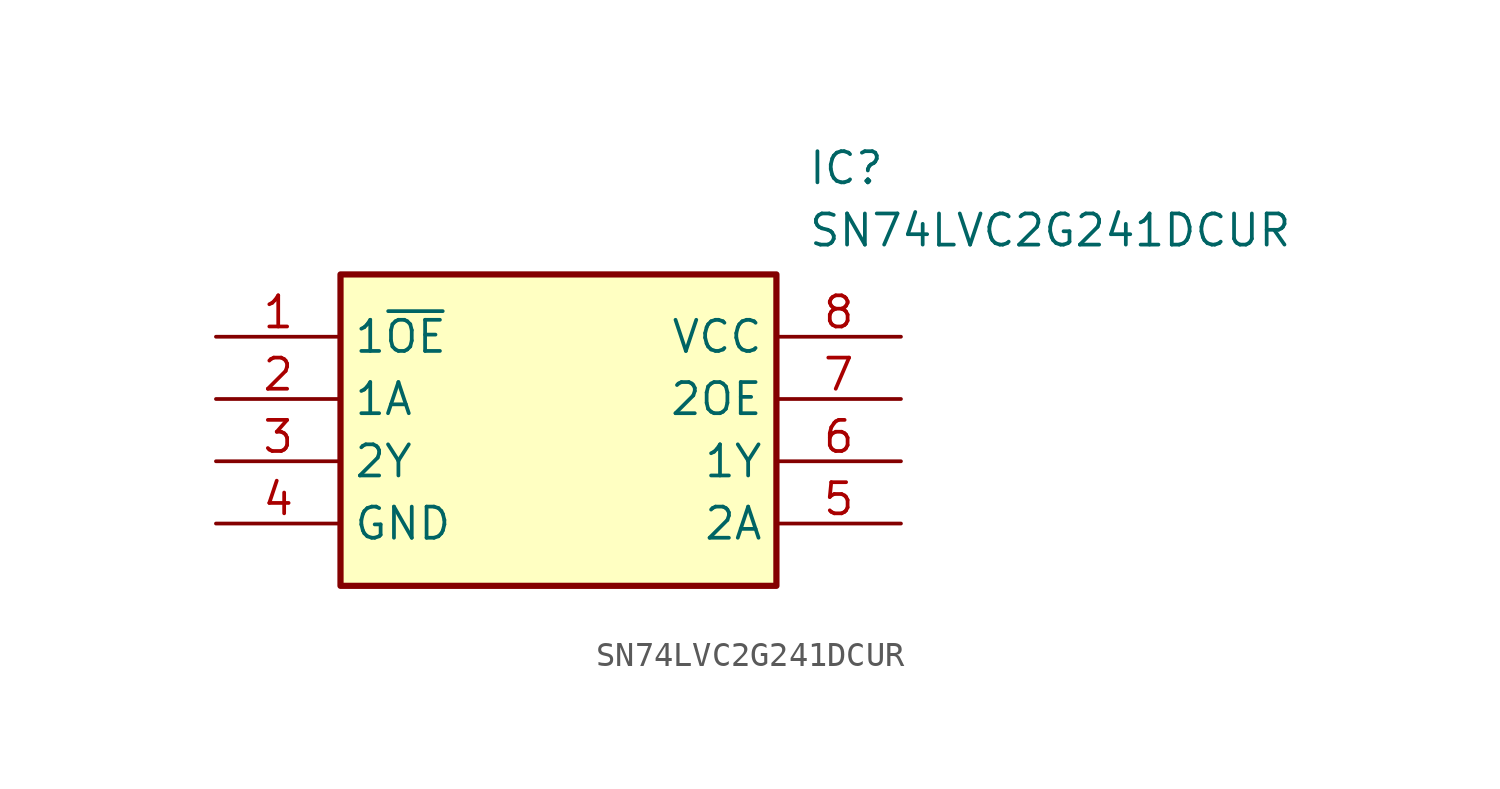
<source format=kicad_sym>
(kicad_symbol_lib
  (version 20211014)
  (generator SamacSys_ECAD_Model)
  (symbol "SN74LVC2G241DCUR"
    (property "Reference" "IC"
      (at 24.13 7.62 0)
      (effects (font (size 1.27 1.27)) (justify left top)))
    (property "Value" "SN74LVC2G241DCUR"
      (at 24.13 5.08 0)
      (effects (font (size 1.27 1.27)) (justify left top)))
    (rectangle
      (start 5.08 2.54)
      (end 22.86 -10.16)
      (stroke (width 0.254) (type default))
      (fill (type background)))
    (pin passive line
      (at 0 0 0)
      (length 5.08)
      (name "1~{OE}" (effects (font (size 1.27 1.27))))
      (number "1" (effects (font (size 1.27 1.27)))))
    (pin passive line
      (at 0 -2.54 0)
      (length 5.08)
      (name "1A" (effects (font (size 1.27 1.27))))
      (number "2" (effects (font (size 1.27 1.27)))))
    (pin passive line
      (at 0 -5.08 0)
      (length 5.08)
      (name "2Y" (effects (font (size 1.27 1.27))))
      (number "3" (effects (font (size 1.27 1.27)))))
    (pin passive line
      (at 0 -7.62 0)
      (length 5.08)
      (name "GND" (effects (font (size 1.27 1.27))))
      (number "4" (effects (font (size 1.27 1.27)))))
    (pin passive line
      (at 27.94 0 180)
      (length 5.08)
      (name "VCC" (effects (font (size 1.27 1.27))))
      (number "8" (effects (font (size 1.27 1.27)))))
    (pin passive line
      (at 27.94 -2.54 180)
      (length 5.08)
      (name "2OE" (effects (font (size 1.27 1.27))))
      (number "7" (effects (font (size 1.27 1.27)))))
    (pin passive line
      (at 27.94 -5.08 180)
      (length 5.08)
      (name "1Y" (effects (font (size 1.27 1.27))))
      (number "6" (effects (font (size 1.27 1.27)))))
    (pin passive line
      (at 27.94 -7.62 180)
      (length 5.08)
      (name "2A" (effects (font (size 1.27 1.27))))
      (number "5" (effects (font (size 1.27 1.27)))))))
</source>
